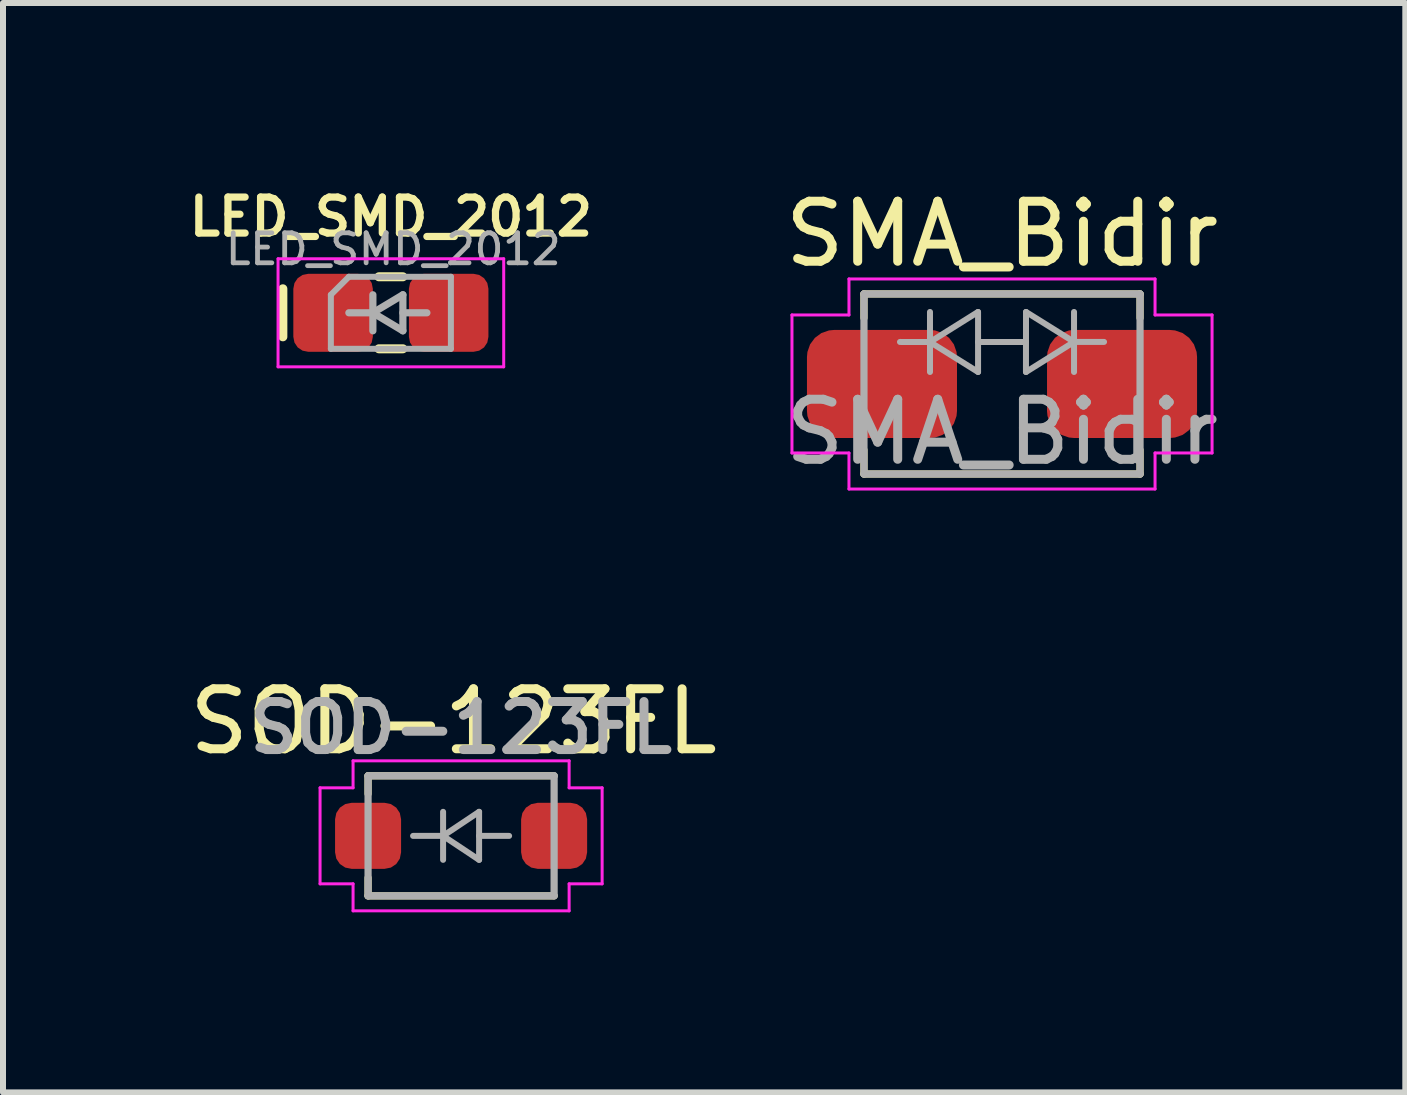
<source format=kicad_pcb>
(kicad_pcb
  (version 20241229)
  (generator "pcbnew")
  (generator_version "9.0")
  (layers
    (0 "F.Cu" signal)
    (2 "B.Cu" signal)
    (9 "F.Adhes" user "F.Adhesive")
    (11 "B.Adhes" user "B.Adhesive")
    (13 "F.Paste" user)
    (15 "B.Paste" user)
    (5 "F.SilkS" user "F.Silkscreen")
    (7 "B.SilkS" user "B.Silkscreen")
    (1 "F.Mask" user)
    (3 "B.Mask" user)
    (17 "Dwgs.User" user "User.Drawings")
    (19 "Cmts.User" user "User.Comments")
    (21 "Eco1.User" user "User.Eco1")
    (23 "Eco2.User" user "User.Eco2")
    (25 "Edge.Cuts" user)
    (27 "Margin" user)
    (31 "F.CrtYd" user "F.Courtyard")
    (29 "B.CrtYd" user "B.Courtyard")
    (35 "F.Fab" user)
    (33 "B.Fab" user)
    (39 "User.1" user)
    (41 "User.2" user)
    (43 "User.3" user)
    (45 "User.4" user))
  (footprint "SOD-123FL"
    (layer "F.Cu")
    (at 4.633 10.877)
    (property "Reference" "SOD-123FL" (at -0.127 -1.905 0) (unlocked yes) (layer "F.SilkS") (effects (font (size 1 1) (thickness 0.15))))
    (attr smd)
    (fp_line (start -1.55 -1) (end -1.55 -0.7) (stroke (width 0.12) (type solid)) (layer "F.SilkS"))
    (fp_line (start -1.55 -1) (end 1.55 -1) (stroke (width 0.12) (type solid)) (layer "F.SilkS"))
    (fp_line (start -1.55 0.7) (end -1.55 1) (stroke (width 0.12) (type solid)) (layer "F.SilkS"))
    (fp_line (start 1.55 1) (end -1.55 1) (stroke (width 0.12) (type solid)) (layer "F.SilkS"))
    (fp_line (start -2.35 -0.8) (end -1.8 -0.8) (stroke (width 0.05) (type solid)) (layer "F.CrtYd"))
    (fp_line (start -2.35 0.8) (end -2.35 -0.8) (stroke (width 0.05) (type solid)) (layer "F.CrtYd"))
    (fp_line (start -1.8 -1.25) (end 1.8 -1.25) (stroke (width 0.05) (type solid)) (layer "F.CrtYd"))
    (fp_line (start -1.8 -0.8) (end -1.8 -1.25) (stroke (width 0.05) (type solid)) (layer "F.CrtYd"))
    (fp_line (start -1.8 0.8) (end -2.35 0.8) (stroke (width 0.05) (type solid)) (layer "F.CrtYd"))
    (fp_line (start -1.8 1.25) (end -1.8 0.8) (stroke (width 0.05) (type solid)) (layer "F.CrtYd"))
    (fp_line (start 1.8 -1.25) (end 1.8 -0.8) (stroke (width 0.05) (type solid)) (layer "F.CrtYd"))
    (fp_line (start 1.8 -0.8) (end 2.35 -0.8) (stroke (width 0.05) (type solid)) (layer "F.CrtYd"))
    (fp_line (start 1.8 0.8) (end 1.8 1.25) (stroke (width 0.05) (type solid)) (layer "F.CrtYd"))
    (fp_line (start 1.8 1.25) (end -1.8 1.25) (stroke (width 0.05) (type solid)) (layer "F.CrtYd"))
    (fp_line (start 2.35 -0.8) (end 2.35 0.8) (stroke (width 0.05) (type solid)) (layer "F.CrtYd"))
    (fp_line (start 2.35 0.8) (end 1.8 0.8) (stroke (width 0.05) (type solid)) (layer "F.CrtYd"))
    (fp_line (start -1.55 -1) (end 1.55 -1) (stroke (width 0.12) (type solid)) (layer "F.Fab"))
    (fp_line (start -1.55 1) (end -1.55 -1) (stroke (width 0.12) (type solid)) (layer "F.Fab"))
    (fp_line (start -0.8 0.001) (end -0.3 0.001) (stroke (width 0.1) (type solid)) (layer "F.Fab"))
    (fp_line (start -0.3 -0.4) (end -0.3 0.4) (stroke (width 0.1) (type solid)) (layer "F.Fab"))
    (fp_line (start -0.3 0.001) (end 0.3 -0.4) (stroke (width 0.1) (type solid)) (layer "F.Fab"))
    (fp_line (start -0.3 0.001) (end 0.3 0.4) (stroke (width 0.1) (type solid)) (layer "F.Fab"))
    (fp_line (start 0.3 0.001) (end 0.8 0.001) (stroke (width 0.1) (type solid)) (layer "F.Fab"))
    (fp_line (start 0.3 0.4) (end 0.3 -0.4) (stroke (width 0.1) (type solid)) (layer "F.Fab"))
    (fp_line (start 1.55 -1) (end 1.55 1) (stroke (width 0.12) (type solid)) (layer "F.Fab"))
    (fp_line (start 1.55 1) (end -1.55 1) (stroke (width 0.12) (type solid)) (layer "F.Fab"))
    (fp_text user "${REFERENCE}" (at 0 -1.8 0) (layer "F.Fab") (effects (font (size 0.8 0.8) (thickness 0.15))))
    (pad "1" smd roundrect (at -1.55 0) (size 1.1 1.1) (layers "F.Cu" "F.Mask" "F.Paste") (roundrect_rratio 0.25))
    (pad "2" smd roundrect (at 1.55 0) (size 1.1 1.1) (layers "F.Cu" "F.Mask" "F.Paste") (roundrect_rratio 0.25)))
  (footprint "SMA_Bidir"
    (layer "F.Cu")
    (at 13.646 3.348)
    (property "Reference" "SMA_Bidir" (at 0 -2.5 0) (unlocked yes) (layer "F.SilkS") (effects (font (size 1 1) (thickness 0.15))))
    (attr smd)
    (fp_line (start -2.3 -1.5) (end -2.3 -1.1) (stroke (width 0.12) (type solid)) (layer "F.SilkS"))
    (fp_line (start -2.3 1.1) (end -2.3 1.5) (stroke (width 0.12) (type solid)) (layer "F.SilkS"))
    (fp_line (start 2.3 -1.5) (end -2.3 -1.5) (stroke (width 0.12) (type solid)) (layer "F.SilkS"))
    (fp_line (start 2.3 -1.5) (end 2.3 -1.1) (stroke (width 0.12) (type solid)) (layer "F.SilkS"))
    (fp_line (start 2.3 1.1) (end 2.3 1.5) (stroke (width 0.12) (type solid)) (layer "F.SilkS"))
    (fp_line (start 2.3 1.5) (end -2.3 1.5) (stroke (width 0.12) (type solid)) (layer "F.SilkS"))
    (fp_line (start -3.5 -1.15) (end -2.55 -1.15) (stroke (width 0.05) (type solid)) (layer "F.CrtYd"))
    (fp_line (start -3.5 1.15) (end -3.5 -1.15) (stroke (width 0.05) (type solid)) (layer "F.CrtYd"))
    (fp_line (start -3.5 1.15) (end -2.55 1.15) (stroke (width 0.05) (type solid)) (layer "F.CrtYd"))
    (fp_line (start -2.55 -1.75) (end 2.55 -1.75) (stroke (width 0.05) (type solid)) (layer "F.CrtYd"))
    (fp_line (start -2.55 -1.15) (end -2.55 -1.75) (stroke (width 0.05) (type solid)) (layer "F.CrtYd"))
    (fp_line (start -2.55 1.15) (end -2.55 1.75) (stroke (width 0.05) (type solid)) (layer "F.CrtYd"))
    (fp_line (start 2.55 -1.15) (end 2.55 -1.75) (stroke (width 0.05) (type solid)) (layer "F.CrtYd"))
    (fp_line (start 2.55 1.15) (end 2.55 1.75) (stroke (width 0.05) (type solid)) (layer "F.CrtYd"))
    (fp_line (start 2.55 1.75) (end -2.55 1.75) (stroke (width 0.05) (type solid)) (layer "F.CrtYd"))
    (fp_line (start 3.5 -1.15) (end 2.55 -1.15) (stroke (width 0.05) (type solid)) (layer "F.CrtYd"))
    (fp_line (start 3.5 -1.15) (end 3.5 1.15) (stroke (width 0.05) (type solid)) (layer "F.CrtYd"))
    (fp_line (start 3.5 1.15) (end 2.55 1.15) (stroke (width 0.05) (type solid)) (layer "F.CrtYd"))
    (fp_line (start -2.3 1.5) (end -2.3 -1.5) (stroke (width 0.12) (type solid)) (layer "F.Fab"))
    (fp_line (start -1.2 -1.2) (end -1.2 -0.2) (stroke (width 0.1) (type solid)) (layer "F.Fab"))
    (fp_line (start -1.2 -0.699) (end -1.7 -0.7) (stroke (width 0.1) (type solid)) (layer "F.Fab"))
    (fp_line (start -1.2 -0.699) (end -0.4 -1.2) (stroke (width 0.1) (type solid)) (layer "F.Fab"))
    (fp_line (start -1.2 -0.699) (end -0.399 -0.2) (stroke (width 0.1) (type solid)) (layer "F.Fab"))
    (fp_line (start -0.4 -0.699) (end 0.4 -0.699) (stroke (width 0.1) (type solid)) (layer "F.Fab"))
    (fp_line (start -0.399 -0.2) (end -0.399 -1.2) (stroke (width 0.1) (type solid)) (layer "F.Fab"))
    (fp_line (start 0.4 -1.2) (end 0.399 -0.2) (stroke (width 0.1) (type solid)) (layer "F.Fab"))
    (fp_line (start 1.2 -0.701) (end 0.4 -1.2) (stroke (width 0.1) (type solid)) (layer "F.Fab"))
    (fp_line (start 1.2 -0.701) (end 0.4 -0.2) (stroke (width 0.1) (type solid)) (layer "F.Fab"))
    (fp_line (start 1.2 -0.701) (end 1.7 -0.701) (stroke (width 0.1) (type solid)) (layer "F.Fab"))
    (fp_line (start 1.2 -0.2) (end 1.2 -1.2) (stroke (width 0.1) (type solid)) (layer "F.Fab"))
    (fp_line (start 2.3 -1.5) (end -2.3 -1.5) (stroke (width 0.12) (type solid)) (layer "F.Fab"))
    (fp_line (start 2.3 -1.5) (end 2.3 1.5) (stroke (width 0.12) (type solid)) (layer "F.Fab"))
    (fp_line (start 2.3 1.5) (end -2.3 1.5) (stroke (width 0.12) (type solid)) (layer "F.Fab"))
    (fp_text user "${REFERENCE}" (at 0 0.8 0) (layer "F.Fab") (effects (font (size 1 1) (thickness 0.15))))
    (pad "1" smd roundrect (at -2 0) (size 2.5 1.8) (layers "F.Cu" "F.Mask" "F.Paste") (roundrect_rratio 0.25))
    (pad "2" smd roundrect (at 2 0) (size 2.5 1.8) (layers "F.Cu" "F.Mask" "F.Paste") (roundrect_rratio 0.25)))
  (footprint "LED_SMD_2012"
    (layer "F.Cu")
    (at 3.463 2.162)
    (property "Reference" "LED_SMD_2012" (at 0 -1.6 0) (layer "F.SilkS") (effects (font (size 0.6 0.6) (thickness 0.12))))
    (attr smd)
    (fp_line (start -1.8 -0.4) (end -1.8 0.4) (stroke (width 0.15) (type solid)) (layer "F.SilkS"))
    (fp_line (start -0.2 -0.6) (end 0.2 -0.6) (stroke (width 0.15) (type solid)) (layer "F.SilkS"))
    (fp_line (start -0.2 0.6) (end 0.2 0.6) (stroke (width 0.15) (type solid)) (layer "F.SilkS"))
    (fp_line (start -1.88 -0.9) (end 1.88 -0.9) (stroke (width 0.05) (type solid)) (layer "F.CrtYd"))
    (fp_line (start -1.88 0.9) (end -1.88 -0.9) (stroke (width 0.05) (type solid)) (layer "F.CrtYd"))
    (fp_line (start 1.88 -0.9) (end 1.88 0.9) (stroke (width 0.05) (type solid)) (layer "F.CrtYd"))
    (fp_line (start 1.88 0.9) (end -1.88 0.9) (stroke (width 0.05) (type solid)) (layer "F.CrtYd"))
    (fp_line (start -1 -0.3) (end -1 0.6) (stroke (width 0.1) (type solid)) (layer "F.Fab"))
    (fp_line (start -1 0.6) (end 1 0.6) (stroke (width 0.1) (type solid)) (layer "F.Fab"))
    (fp_line (start -0.7 -0.6) (end -1 -0.3) (stroke (width 0.1) (type solid)) (layer "F.Fab"))
    (fp_line (start -0.3 -0.3) (end -0.3 0.3) (stroke (width 0.12) (type solid)) (layer "F.Fab"))
    (fp_line (start -0.3 0) (end -0.7 0) (stroke (width 0.12) (type solid)) (layer "F.Fab"))
    (fp_line (start -0.3 0) (end 0.2 0.3) (stroke (width 0.12) (type solid)) (layer "F.Fab"))
    (fp_line (start 0.2 -0.3) (end -0.3 0) (stroke (width 0.12) (type solid)) (layer "F.Fab"))
    (fp_line (start 0.2 0) (end 0.6 0) (stroke (width 0.12) (type solid)) (layer "F.Fab"))
    (fp_line (start 0.2 0.3) (end 0.2 -0.3) (stroke (width 0.12) (type solid)) (layer "F.Fab"))
    (fp_line (start 1 -0.6) (end -0.7 -0.6) (stroke (width 0.1) (type solid)) (layer "F.Fab"))
    (fp_line (start 1 0.6) (end 1 -0.6) (stroke (width 0.1) (type solid)) (layer "F.Fab"))
    (fp_text user "${REFERENCE}" (at 0.04 -1.06 0) (layer "F.Fab") (effects (font (size 0.5 0.5) (thickness 0.08))))
    (pad "A" smd roundrect (at 0.963 0) (size 1.325 1.3) (layers "F.Cu" "F.Mask" "F.Paste") (roundrect_rratio 0.192))
    (pad "K" smd roundrect (at -0.963 0) (size 1.325 1.3) (layers "F.Cu" "F.Mask" "F.Paste") (roundrect_rratio 0.192)))
  (gr_rect
    (start -3 -3)
    (end 20.366 15.152)
    (stroke (width 0.1) (type default))
    (fill no)
    (layer "Edge.Cuts")))
</source>
